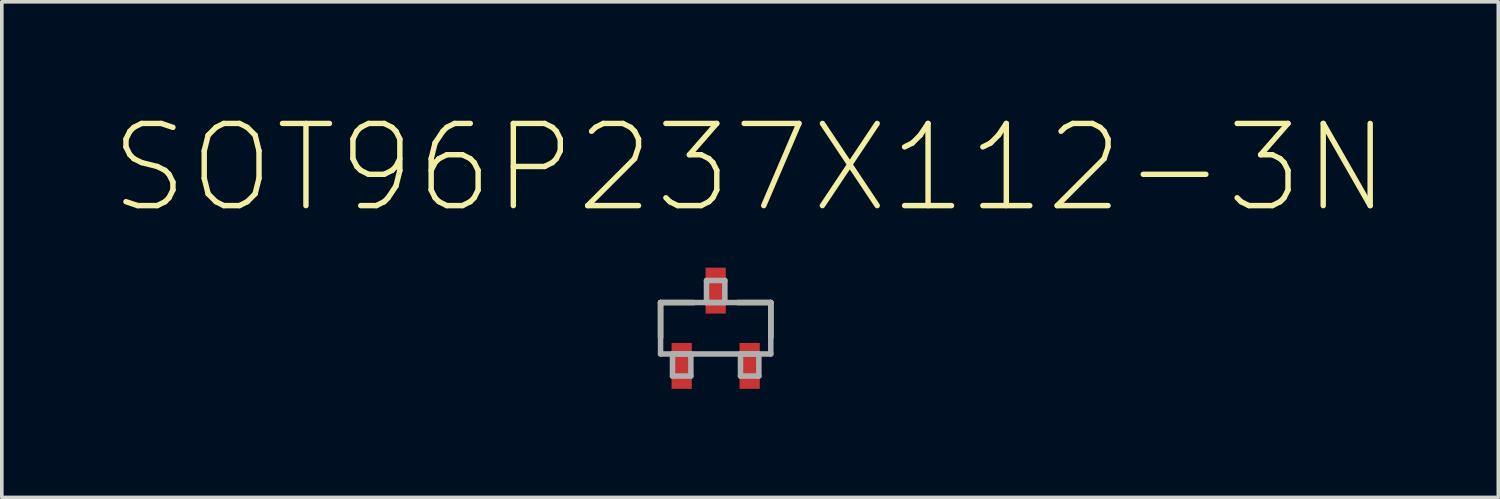
<source format=kicad_pcb>
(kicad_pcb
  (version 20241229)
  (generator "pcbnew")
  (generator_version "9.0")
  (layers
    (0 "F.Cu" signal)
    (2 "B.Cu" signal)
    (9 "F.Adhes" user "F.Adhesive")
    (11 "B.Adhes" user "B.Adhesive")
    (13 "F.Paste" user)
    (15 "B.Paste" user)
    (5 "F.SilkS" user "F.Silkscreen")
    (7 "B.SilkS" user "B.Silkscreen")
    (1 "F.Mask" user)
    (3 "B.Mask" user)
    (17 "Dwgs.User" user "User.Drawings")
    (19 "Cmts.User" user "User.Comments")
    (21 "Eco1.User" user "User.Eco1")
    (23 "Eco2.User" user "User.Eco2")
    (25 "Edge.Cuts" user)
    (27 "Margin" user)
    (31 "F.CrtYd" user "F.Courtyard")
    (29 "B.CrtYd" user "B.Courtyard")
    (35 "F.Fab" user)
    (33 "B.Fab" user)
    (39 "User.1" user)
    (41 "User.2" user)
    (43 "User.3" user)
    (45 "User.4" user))
  (footprint "SOT96P237X112-3N"
    (layer "F.Cu")
    (at 16.74 6.027)
    (property "Reference" "SOT96P237X112-3N" (at 0.95 -4.435 0) (layer "F.SilkS") (effects (font (size 2.272 2.272) (thickness 0.15))))
    (attr smd)
    (fp_line (start -1.524 -0.711) (end -1.524 0.254) (stroke (width 0.152) (type solid)) (layer "F.SilkS"))
    (fp_line (start -0.61 -0.711) (end -1.524 -0.711) (stroke (width 0.152) (type solid)) (layer "F.SilkS"))
    (fp_line (start 1.524 -0.711) (end 0.61 -0.711) (stroke (width 0.152) (type solid)) (layer "F.SilkS"))
    (fp_line (start 1.524 0.254) (end 1.524 -0.711) (stroke (width 0.152) (type solid)) (layer "F.SilkS"))
    (fp_line (start -1.524 -0.711) (end -1.524 0.711) (stroke (width 0.152) (type solid)) (layer "F.Fab"))
    (fp_line (start -1.524 0.711) (end 1.524 0.711) (stroke (width 0.152) (type solid)) (layer "F.Fab"))
    (fp_line (start -1.194 0.711) (end -1.194 1.321) (stroke (width 0.152) (type solid)) (layer "F.Fab"))
    (fp_line (start -1.194 1.321) (end -0.686 1.321) (stroke (width 0.152) (type solid)) (layer "F.Fab"))
    (fp_line (start -0.686 0.711) (end -1.194 0.711) (stroke (width 0.152) (type solid)) (layer "F.Fab"))
    (fp_line (start -0.686 1.321) (end -0.686 0.711) (stroke (width 0.152) (type solid)) (layer "F.Fab"))
    (fp_line (start -0.254 -1.321) (end -0.254 -0.711) (stroke (width 0.152) (type solid)) (layer "F.Fab"))
    (fp_line (start -0.254 -0.711) (end 0.254 -0.711) (stroke (width 0.152) (type solid)) (layer "F.Fab"))
    (fp_line (start 0.254 -1.321) (end -0.254 -1.321) (stroke (width 0.152) (type solid)) (layer "F.Fab"))
    (fp_line (start 0.254 -0.711) (end 0.254 -1.321) (stroke (width 0.152) (type solid)) (layer "F.Fab"))
    (fp_line (start 0.686 0.711) (end 0.686 1.321) (stroke (width 0.152) (type solid)) (layer "F.Fab"))
    (fp_line (start 0.686 1.321) (end 1.194 1.321) (stroke (width 0.152) (type solid)) (layer "F.Fab"))
    (fp_line (start 1.194 0.711) (end 0.686 0.711) (stroke (width 0.152) (type solid)) (layer "F.Fab"))
    (fp_line (start 1.194 1.321) (end 1.194 0.711) (stroke (width 0.152) (type solid)) (layer "F.Fab"))
    (fp_line (start 1.524 -0.711) (end -1.524 -0.711) (stroke (width 0.152) (type solid)) (layer "F.Fab"))
    (fp_line (start 1.524 0.711) (end 1.524 -0.711) (stroke (width 0.152) (type solid)) (layer "F.Fab"))
    (pad "1" smd rect (at -0.94 1.041) (size 0.559 1.27) (layers "F.Cu" "F.Mask" "F.Paste"))
    (pad "2" smd rect (at 0.94 1.041) (size 0.559 1.27) (layers "F.Cu" "F.Mask" "F.Paste"))
    (pad "3" smd rect (at 0 -1.041) (size 0.559 1.27) (layers "F.Cu" "F.Mask" "F.Paste")))
  (gr_rect
    (start -3 -3)
    (end 38.381 10.704)
    (stroke (width 0.1) (type default))
    (fill no)
    (layer "Edge.Cuts")))
</source>
